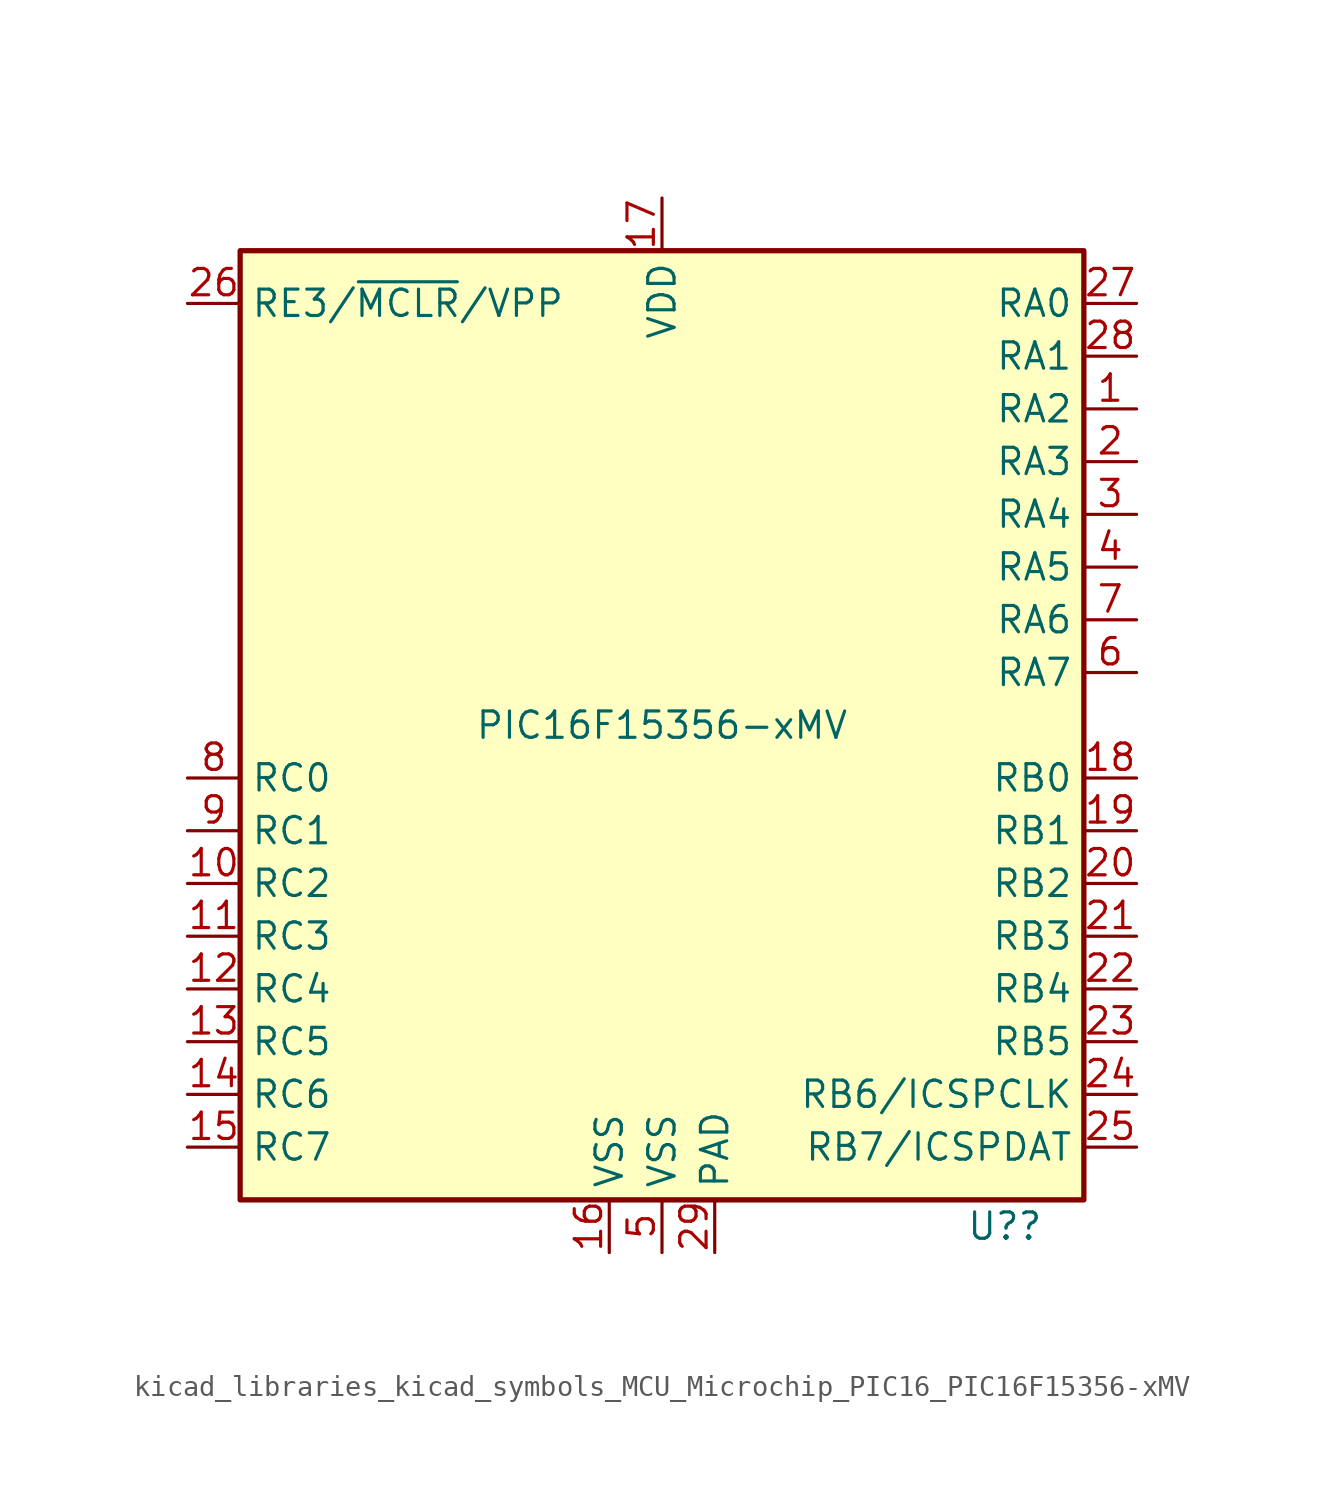
<source format=kicad_sym>
(kicad_symbol_lib
  (version 20220914)
  (generator kicad_symbol_editor)
  (symbol "kicad_libraries_kicad_symbols_MCU_Microchip_PIC16_PIC16F15356-xMV"
    (property "Reference" "U?"
      (at 16.51 -24.13 0)
      (effects (font (size 1.27 1.27))))
    (property "Value" "PIC16F15356-xMV"
      (at 0 0 0)
      (effects (font (size 1.27 1.27))))
    (symbol "kicad_libraries_kicad_symbols_MCU_Microchip_PIC16_PIC16F15356-xMV_0_0"
      (pin power_in line (at 2.54 -25.4 90) (length 2.54) (name "PAD" (effects (font (size 1.27 1.27)))) (number "29" (effects (font (size 1.27 1.27))))))
    (symbol "kicad_libraries_kicad_symbols_MCU_Microchip_PIC16_PIC16F15356-xMV_0_1"
      (rectangle (start -20.32 -22.86) (end 20.32 22.86) (stroke (width 0.254) (type default)) (fill (type background))))
    (symbol "kicad_libraries_kicad_symbols_MCU_Microchip_PIC16_PIC16F15356-xMV_1_1"
      (pin bidirectional line (at 22.86 15.24 180) (length 2.54) (name "RA2" (effects (font (size 1.27 1.27)))) (number "1" (effects (font (size 1.27 1.27)))))
      (pin bidirectional line (at -22.86 -7.62 0) (length 2.54) (name "RC2" (effects (font (size 1.27 1.27)))) (number "10" (effects (font (size 1.27 1.27)))))
      (pin bidirectional line (at -22.86 -10.16 0) (length 2.54) (name "RC3" (effects (font (size 1.27 1.27)))) (number "11" (effects (font (size 1.27 1.27)))))
      (pin bidirectional line (at -22.86 -12.7 0) (length 2.54) (name "RC4" (effects (font (size 1.27 1.27)))) (number "12" (effects (font (size 1.27 1.27)))))
      (pin bidirectional line (at -22.86 -15.24 0) (length 2.54) (name "RC5" (effects (font (size 1.27 1.27)))) (number "13" (effects (font (size 1.27 1.27)))))
      (pin bidirectional line (at -22.86 -17.78 0) (length 2.54) (name "RC6" (effects (font (size 1.27 1.27)))) (number "14" (effects (font (size 1.27 1.27)))))
      (pin bidirectional line (at -22.86 -20.32 0) (length 2.54) (name "RC7" (effects (font (size 1.27 1.27)))) (number "15" (effects (font (size 1.27 1.27)))))
      (pin power_in line (at -2.54 -25.4 90) (length 2.54) (name "VSS" (effects (font (size 1.27 1.27)))) (number "16" (effects (font (size 1.27 1.27)))))
      (pin power_in line (at 0 25.4 270) (length 2.54) (name "VDD" (effects (font (size 1.27 1.27)))) (number "17" (effects (font (size 1.27 1.27)))))
      (pin bidirectional line (at 22.86 -2.54 180) (length 2.54) (name "RB0" (effects (font (size 1.27 1.27)))) (number "18" (effects (font (size 1.27 1.27)))))
      (pin bidirectional line (at 22.86 -5.08 180) (length 2.54) (name "RB1" (effects (font (size 1.27 1.27)))) (number "19" (effects (font (size 1.27 1.27)))))
      (pin bidirectional line (at 22.86 12.7 180) (length 2.54) (name "RA3" (effects (font (size 1.27 1.27)))) (number "2" (effects (font (size 1.27 1.27)))))
      (pin bidirectional line (at 22.86 -7.62 180) (length 2.54) (name "RB2" (effects (font (size 1.27 1.27)))) (number "20" (effects (font (size 1.27 1.27)))))
      (pin bidirectional line (at 22.86 -10.16 180) (length 2.54) (name "RB3" (effects (font (size 1.27 1.27)))) (number "21" (effects (font (size 1.27 1.27)))))
      (pin bidirectional line (at 22.86 -12.7 180) (length 2.54) (name "RB4" (effects (font (size 1.27 1.27)))) (number "22" (effects (font (size 1.27 1.27)))))
      (pin bidirectional line (at 22.86 -15.24 180) (length 2.54) (name "RB5" (effects (font (size 1.27 1.27)))) (number "23" (effects (font (size 1.27 1.27)))))
      (pin bidirectional line (at 22.86 -17.78 180) (length 2.54) (name "RB6/ICSPCLK" (effects (font (size 1.27 1.27)))) (number "24" (effects (font (size 1.27 1.27)))))
      (pin bidirectional line (at 22.86 -20.32 180) (length 2.54) (name "RB7/ICSPDAT" (effects (font (size 1.27 1.27)))) (number "25" (effects (font (size 1.27 1.27)))))
      (pin bidirectional line (at -22.86 20.32 0) (length 2.54) (name "RE3/~{MCLR}/VPP" (effects (font (size 1.27 1.27)))) (number "26" (effects (font (size 1.27 1.27)))))
      (pin bidirectional line (at 22.86 20.32 180) (length 2.54) (name "RA0" (effects (font (size 1.27 1.27)))) (number "27" (effects (font (size 1.27 1.27)))))
      (pin bidirectional line (at 22.86 17.78 180) (length 2.54) (name "RA1" (effects (font (size 1.27 1.27)))) (number "28" (effects (font (size 1.27 1.27)))))
      (pin bidirectional line (at 22.86 10.16 180) (length 2.54) (name "RA4" (effects (font (size 1.27 1.27)))) (number "3" (effects (font (size 1.27 1.27)))))
      (pin bidirectional line (at 22.86 7.62 180) (length 2.54) (name "RA5" (effects (font (size 1.27 1.27)))) (number "4" (effects (font (size 1.27 1.27)))))
      (pin power_in line (at 0 -25.4 90) (length 2.54) (name "VSS" (effects (font (size 1.27 1.27)))) (number "5" (effects (font (size 1.27 1.27)))))
      (pin bidirectional line (at 22.86 2.54 180) (length 2.54) (name "RA7" (effects (font (size 1.27 1.27)))) (number "6" (effects (font (size 1.27 1.27)))))
      (pin bidirectional line (at 22.86 5.08 180) (length 2.54) (name "RA6" (effects (font (size 1.27 1.27)))) (number "7" (effects (font (size 1.27 1.27)))))
      (pin bidirectional line (at -22.86 -2.54 0) (length 2.54) (name "RC0" (effects (font (size 1.27 1.27)))) (number "8" (effects (font (size 1.27 1.27)))))
      (pin bidirectional line (at -22.86 -5.08 0) (length 2.54) (name "RC1" (effects (font (size 1.27 1.27)))) (number "9" (effects (font (size 1.27 1.27))))))))
</source>
